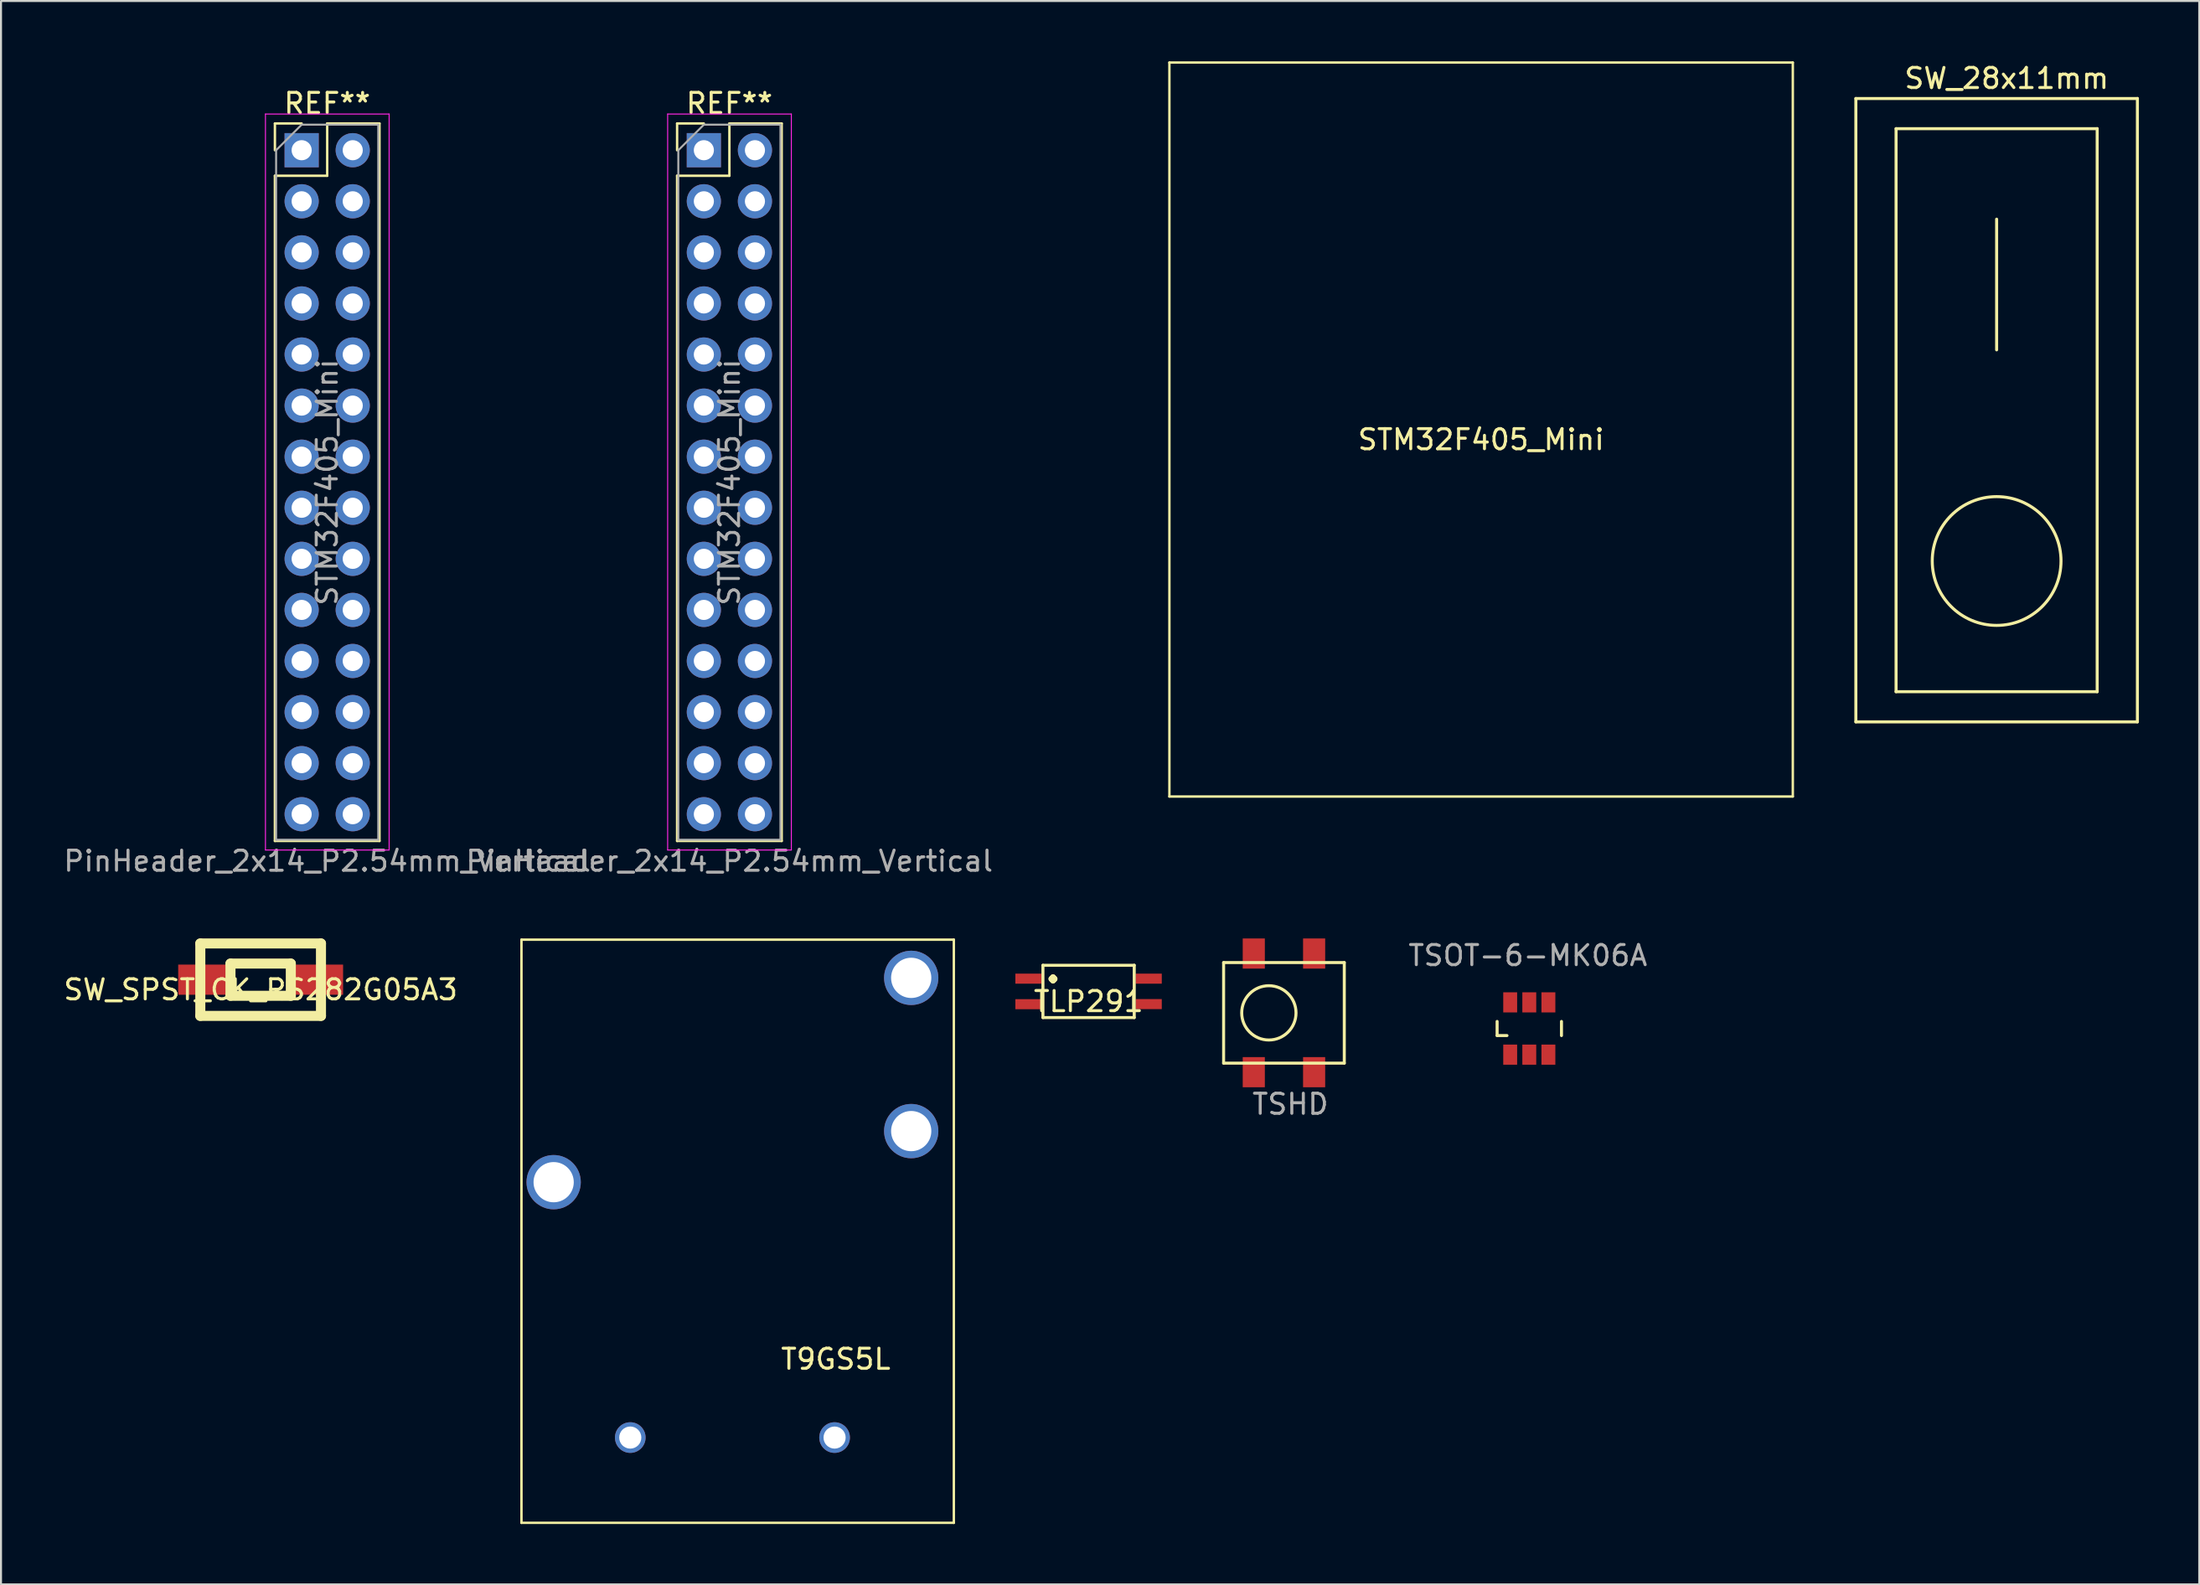
<source format=kicad_pcb>
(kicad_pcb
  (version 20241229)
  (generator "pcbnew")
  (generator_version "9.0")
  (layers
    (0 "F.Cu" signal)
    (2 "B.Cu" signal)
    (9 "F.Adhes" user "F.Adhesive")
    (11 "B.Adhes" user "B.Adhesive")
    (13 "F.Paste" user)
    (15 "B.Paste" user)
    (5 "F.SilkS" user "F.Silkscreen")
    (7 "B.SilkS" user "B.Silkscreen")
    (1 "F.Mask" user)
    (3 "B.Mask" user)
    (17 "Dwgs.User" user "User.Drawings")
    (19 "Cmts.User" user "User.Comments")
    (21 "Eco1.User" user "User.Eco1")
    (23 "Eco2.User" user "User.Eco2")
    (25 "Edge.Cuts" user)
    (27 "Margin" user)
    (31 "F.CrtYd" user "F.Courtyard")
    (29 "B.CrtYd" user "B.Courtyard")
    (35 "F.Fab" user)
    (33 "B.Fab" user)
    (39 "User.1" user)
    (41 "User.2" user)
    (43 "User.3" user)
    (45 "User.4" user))
  (footprint "STM32F405_Mini"
    (layer "F.Cu")
    (at 70.6 18.31)
    (property "Reference" "STM32F405_Mini" (at 0 0.5 0) (layer "F.SilkS") (effects (font (size 1 1) (thickness 0.15))))
    (attr through_hole)
    (fp_line (start -59.98 -15.22) (end -58.65 -15.22) (stroke (width 0.12) (type solid)) (layer "F.SilkS"))
    (fp_line (start -59.98 -13.89) (end -59.98 -15.22) (stroke (width 0.12) (type solid)) (layer "F.SilkS"))
    (fp_line (start -59.98 -12.62) (end -59.98 20.46) (stroke (width 0.12) (type solid)) (layer "F.SilkS"))
    (fp_line (start -59.98 -12.62) (end -57.38 -12.62) (stroke (width 0.12) (type solid)) (layer "F.SilkS"))
    (fp_line (start -59.98 20.46) (end -54.78 20.46) (stroke (width 0.12) (type solid)) (layer "F.SilkS"))
    (fp_line (start -57.38 -15.22) (end -54.78 -15.22) (stroke (width 0.12) (type solid)) (layer "F.SilkS"))
    (fp_line (start -57.38 -12.62) (end -57.38 -15.22) (stroke (width 0.12) (type solid)) (layer "F.SilkS"))
    (fp_line (start -54.78 -15.22) (end -54.78 20.46) (stroke (width 0.12) (type solid)) (layer "F.SilkS"))
    (fp_line (start -39.98 -15.22) (end -38.65 -15.22) (stroke (width 0.12) (type solid)) (layer "F.SilkS"))
    (fp_line (start -39.98 -13.89) (end -39.98 -15.22) (stroke (width 0.12) (type solid)) (layer "F.SilkS"))
    (fp_line (start -39.98 -12.62) (end -39.98 20.46) (stroke (width 0.12) (type solid)) (layer "F.SilkS"))
    (fp_line (start -39.98 -12.62) (end -37.38 -12.62) (stroke (width 0.12) (type solid)) (layer "F.SilkS"))
    (fp_line (start -39.98 20.46) (end -34.78 20.46) (stroke (width 0.12) (type solid)) (layer "F.SilkS"))
    (fp_line (start -37.38 -15.22) (end -34.78 -15.22) (stroke (width 0.12) (type solid)) (layer "F.SilkS"))
    (fp_line (start -37.38 -12.62) (end -37.38 -15.22) (stroke (width 0.12) (type solid)) (layer "F.SilkS"))
    (fp_line (start -34.78 -15.22) (end -34.78 20.46) (stroke (width 0.12) (type solid)) (layer "F.SilkS"))
    (fp_line (start -15.5 18.25) (end -15.5 -18.25) (stroke (width 0.12) (type solid)) (layer "F.SilkS"))
    (fp_line (start -15.5 18.25) (end 15.5 18.25) (stroke (width 0.12) (type solid)) (layer "F.SilkS"))
    (fp_line (start 15.5 -18.25) (end -15.5 -18.25) (stroke (width 0.12) (type solid)) (layer "F.SilkS"))
    (fp_line (start 15.5 -18.25) (end 15.5 18.25) (stroke (width 0.12) (type solid)) (layer "F.SilkS"))
    (fp_line (start -60.45 -15.69) (end -60.45 20.91) (stroke (width 0.05) (type solid)) (layer "F.CrtYd"))
    (fp_line (start -60.45 20.91) (end -54.3 20.91) (stroke (width 0.05) (type solid)) (layer "F.CrtYd"))
    (fp_line (start -54.3 -15.69) (end -60.45 -15.69) (stroke (width 0.05) (type solid)) (layer "F.CrtYd"))
    (fp_line (start -54.3 20.91) (end -54.3 -15.69) (stroke (width 0.05) (type solid)) (layer "F.CrtYd"))
    (fp_line (start -40.45 -15.69) (end -40.45 20.91) (stroke (width 0.05) (type solid)) (layer "F.CrtYd"))
    (fp_line (start -40.45 20.91) (end -34.3 20.91) (stroke (width 0.05) (type solid)) (layer "F.CrtYd"))
    (fp_line (start -34.3 -15.69) (end -40.45 -15.69) (stroke (width 0.05) (type solid)) (layer "F.CrtYd"))
    (fp_line (start -34.3 20.91) (end -34.3 -15.69) (stroke (width 0.05) (type solid)) (layer "F.CrtYd"))
    (fp_line (start -59.92 -13.89) (end -58.65 -15.16) (stroke (width 0.1) (type solid)) (layer "F.Fab"))
    (fp_line (start -59.92 20.4) (end -59.92 -13.89) (stroke (width 0.1) (type solid)) (layer "F.Fab"))
    (fp_line (start -58.65 -15.16) (end -54.84 -15.16) (stroke (width 0.1) (type solid)) (layer "F.Fab"))
    (fp_line (start -54.84 -15.16) (end -54.84 20.4) (stroke (width 0.1) (type solid)) (layer "F.Fab"))
    (fp_line (start -54.84 20.4) (end -59.92 20.4) (stroke (width 0.1) (type solid)) (layer "F.Fab"))
    (fp_line (start -39.92 -13.89) (end -38.65 -15.16) (stroke (width 0.1) (type solid)) (layer "F.Fab"))
    (fp_line (start -39.92 20.4) (end -39.92 -13.89) (stroke (width 0.1) (type solid)) (layer "F.Fab"))
    (fp_line (start -38.65 -15.16) (end -34.84 -15.16) (stroke (width 0.1) (type solid)) (layer "F.Fab"))
    (fp_line (start -34.84 -15.16) (end -34.84 20.4) (stroke (width 0.1) (type solid)) (layer "F.Fab"))
    (fp_line (start -34.84 20.4) (end -39.92 20.4) (stroke (width 0.1) (type solid)) (layer "F.Fab"))
    (fp_text user "REF**" (at -37.38 -16.22 0) (layer "F.SilkS") (effects (font (size 1 1) (thickness 0.15))))
    (fp_text user "REF**" (at -57.38 -16.22 0) (layer "F.SilkS") (effects (font (size 1 1) (thickness 0.15))))
    (fp_text user "${REFERENCE}" (at -37.38 2.62 90) (layer "F.Fab") (effects (font (size 1 1) (thickness 0.15))))
    (fp_text user "PinHeader_2x14_P2.54mm_Vertical" (at -37.38 21.46 0) (layer "F.Fab") (effects (font (size 1 1) (thickness 0.15))))
    (fp_text user "${REFERENCE}" (at -57.38 2.62 90) (layer "F.Fab") (effects (font (size 1 1) (thickness 0.15))))
    (fp_text user "PinHeader_2x14_P2.54mm_Vertical" (at -57.38 21.46 0) (layer "F.Fab") (effects (font (size 1 1) (thickness 0.15))))
    (pad "1" thru_hole rect (at -58.65 -13.89) (size 1.7 1.7) (drill 1) (layers "*.Cu" "*.Mask"))
    (pad "1" thru_hole rect (at -38.65 -13.89) (size 1.7 1.7) (drill 1) (layers "*.Cu" "*.Mask"))
    (pad "2" thru_hole oval (at -56.11 -13.89) (size 1.7 1.7) (drill 1) (layers "*.Cu" "*.Mask"))
    (pad "2" thru_hole oval (at -36.11 -13.89) (size 1.7 1.7) (drill 1) (layers "*.Cu" "*.Mask"))
    (pad "3" thru_hole oval (at -58.65 -11.35) (size 1.7 1.7) (drill 1) (layers "*.Cu" "*.Mask"))
    (pad "3" thru_hole oval (at -38.65 -11.35) (size 1.7 1.7) (drill 1) (layers "*.Cu" "*.Mask"))
    (pad "4" thru_hole oval (at -56.11 -11.35) (size 1.7 1.7) (drill 1) (layers "*.Cu" "*.Mask"))
    (pad "4" thru_hole oval (at -36.11 -11.35) (size 1.7 1.7) (drill 1) (layers "*.Cu" "*.Mask"))
    (pad "5" thru_hole oval (at -58.65 -8.81) (size 1.7 1.7) (drill 1) (layers "*.Cu" "*.Mask"))
    (pad "5" thru_hole oval (at -38.65 -8.81) (size 1.7 1.7) (drill 1) (layers "*.Cu" "*.Mask"))
    (pad "6" thru_hole oval (at -56.11 -8.81) (size 1.7 1.7) (drill 1) (layers "*.Cu" "*.Mask"))
    (pad "6" thru_hole oval (at -36.11 -8.81) (size 1.7 1.7) (drill 1) (layers "*.Cu" "*.Mask"))
    (pad "7" thru_hole oval (at -58.65 -6.27) (size 1.7 1.7) (drill 1) (layers "*.Cu" "*.Mask"))
    (pad "7" thru_hole oval (at -38.65 -6.27) (size 1.7 1.7) (drill 1) (layers "*.Cu" "*.Mask"))
    (pad "8" thru_hole oval (at -56.11 -6.27) (size 1.7 1.7) (drill 1) (layers "*.Cu" "*.Mask"))
    (pad "8" thru_hole oval (at -36.11 -6.27) (size 1.7 1.7) (drill 1) (layers "*.Cu" "*.Mask"))
    (pad "9" thru_hole oval (at -58.65 -3.73) (size 1.7 1.7) (drill 1) (layers "*.Cu" "*.Mask"))
    (pad "9" thru_hole oval (at -38.65 -3.73) (size 1.7 1.7) (drill 1) (layers "*.Cu" "*.Mask"))
    (pad "10" thru_hole oval (at -56.11 -3.73) (size 1.7 1.7) (drill 1) (layers "*.Cu" "*.Mask"))
    (pad "10" thru_hole oval (at -36.11 -3.73) (size 1.7 1.7) (drill 1) (layers "*.Cu" "*.Mask"))
    (pad "11" thru_hole oval (at -58.65 -1.19) (size 1.7 1.7) (drill 1) (layers "*.Cu" "*.Mask"))
    (pad "11" thru_hole oval (at -38.65 -1.19) (size 1.7 1.7) (drill 1) (layers "*.Cu" "*.Mask"))
    (pad "12" thru_hole oval (at -56.11 -1.19) (size 1.7 1.7) (drill 1) (layers "*.Cu" "*.Mask"))
    (pad "12" thru_hole oval (at -36.11 -1.19) (size 1.7 1.7) (drill 1) (layers "*.Cu" "*.Mask"))
    (pad "13" thru_hole oval (at -58.65 1.35) (size 1.7 1.7) (drill 1) (layers "*.Cu" "*.Mask"))
    (pad "13" thru_hole oval (at -38.65 1.35) (size 1.7 1.7) (drill 1) (layers "*.Cu" "*.Mask"))
    (pad "14" thru_hole oval (at -56.11 1.35) (size 1.7 1.7) (drill 1) (layers "*.Cu" "*.Mask"))
    (pad "14" thru_hole oval (at -36.11 1.35) (size 1.7 1.7) (drill 1) (layers "*.Cu" "*.Mask"))
    (pad "15" thru_hole oval (at -58.65 3.89) (size 1.7 1.7) (drill 1) (layers "*.Cu" "*.Mask"))
    (pad "15" thru_hole oval (at -38.65 3.89) (size 1.7 1.7) (drill 1) (layers "*.Cu" "*.Mask"))
    (pad "16" thru_hole oval (at -56.11 3.89) (size 1.7 1.7) (drill 1) (layers "*.Cu" "*.Mask"))
    (pad "16" thru_hole oval (at -36.11 3.89) (size 1.7 1.7) (drill 1) (layers "*.Cu" "*.Mask"))
    (pad "17" thru_hole oval (at -58.65 6.43) (size 1.7 1.7) (drill 1) (layers "*.Cu" "*.Mask"))
    (pad "17" thru_hole oval (at -38.65 6.43) (size 1.7 1.7) (drill 1) (layers "*.Cu" "*.Mask"))
    (pad "18" thru_hole oval (at -56.11 6.43) (size 1.7 1.7) (drill 1) (layers "*.Cu" "*.Mask"))
    (pad "18" thru_hole oval (at -36.11 6.43) (size 1.7 1.7) (drill 1) (layers "*.Cu" "*.Mask"))
    (pad "19" thru_hole oval (at -58.65 8.97) (size 1.7 1.7) (drill 1) (layers "*.Cu" "*.Mask"))
    (pad "19" thru_hole oval (at -38.65 8.97) (size 1.7 1.7) (drill 1) (layers "*.Cu" "*.Mask"))
    (pad "20" thru_hole oval (at -56.11 8.97) (size 1.7 1.7) (drill 1) (layers "*.Cu" "*.Mask"))
    (pad "20" thru_hole oval (at -36.11 8.97) (size 1.7 1.7) (drill 1) (layers "*.Cu" "*.Mask"))
    (pad "21" thru_hole oval (at -58.65 11.51) (size 1.7 1.7) (drill 1) (layers "*.Cu" "*.Mask"))
    (pad "21" thru_hole oval (at -38.65 11.51) (size 1.7 1.7) (drill 1) (layers "*.Cu" "*.Mask"))
    (pad "22" thru_hole oval (at -56.11 11.51) (size 1.7 1.7) (drill 1) (layers "*.Cu" "*.Mask"))
    (pad "22" thru_hole oval (at -36.11 11.51) (size 1.7 1.7) (drill 1) (layers "*.Cu" "*.Mask"))
    (pad "23" thru_hole oval (at -58.65 14.05) (size 1.7 1.7) (drill 1) (layers "*.Cu" "*.Mask"))
    (pad "23" thru_hole oval (at -38.65 14.05) (size 1.7 1.7) (drill 1) (layers "*.Cu" "*.Mask"))
    (pad "24" thru_hole oval (at -56.11 14.05) (size 1.7 1.7) (drill 1) (layers "*.Cu" "*.Mask"))
    (pad "24" thru_hole oval (at -36.11 14.05) (size 1.7 1.7) (drill 1) (layers "*.Cu" "*.Mask"))
    (pad "25" thru_hole oval (at -58.65 16.59) (size 1.7 1.7) (drill 1) (layers "*.Cu" "*.Mask"))
    (pad "25" thru_hole oval (at -38.65 16.59) (size 1.7 1.7) (drill 1) (layers "*.Cu" "*.Mask"))
    (pad "26" thru_hole oval (at -56.11 16.59) (size 1.7 1.7) (drill 1) (layers "*.Cu" "*.Mask"))
    (pad "26" thru_hole oval (at -36.11 16.59) (size 1.7 1.7) (drill 1) (layers "*.Cu" "*.Mask"))
    (pad "27" thru_hole oval (at -58.65 19.13) (size 1.7 1.7) (drill 1) (layers "*.Cu" "*.Mask"))
    (pad "27" thru_hole oval (at -38.65 19.13) (size 1.7 1.7) (drill 1) (layers "*.Cu" "*.Mask"))
    (pad "28" thru_hole oval (at -56.11 19.13) (size 1.7 1.7) (drill 1) (layers "*.Cu" "*.Mask"))
    (pad "28" thru_hole oval (at -36.11 19.13) (size 1.7 1.7) (drill 1) (layers "*.Cu" "*.Mask")))
  (footprint "TLP291"
    (layer "F.Cu")
    (at 51.081 46.252)
    (property "Reference" "TLP291" (at 0 0.5 0) (layer "F.SilkS") (effects (font (size 1 1) (thickness 0.15))))
    (attr through_hole)
    (fp_line (start -2.27 -1.3) (end 2.27 -1.3) (stroke (width 0.15) (type solid)) (layer "F.SilkS"))
    (fp_line (start -2.27 1.3) (end -2.27 -1.3) (stroke (width 0.15) (type solid)) (layer "F.SilkS"))
    (fp_line (start 2.27 -1.3) (end 2.27 1.3) (stroke (width 0.15) (type solid)) (layer "F.SilkS"))
    (fp_line (start 2.27 1.3) (end -2.27 1.3) (stroke (width 0.15) (type solid)) (layer "F.SilkS"))
    (fp_text user "." (at -1.77 -1.23 0) (layer "F.SilkS") (effects (font (size 1.5 1.5) (thickness 0.3))))
    (pad "1" smd rect (at -2.99 -0.635) (size 1.3 0.5) (layers "F.Cu" "F.Mask" "F.Paste"))
    (pad "2" smd rect (at -2.99 0.635) (size 1.3 0.5) (layers "F.Cu" "F.Mask" "F.Paste"))
    (pad "3" smd rect (at 2.99 0.63) (size 1.3 0.5) (layers "F.Cu" "F.Mask" "F.Paste"))
    (pad "4" smd rect (at 2.99 -0.635) (size 1.3 0.5) (layers "F.Cu" "F.Mask" "F.Paste")))
  (footprint "SW_SPST_CK_RS282G05A3"
    (layer "F.Cu")
    (at 9.911 45.668)
    (property "Reference" "SW_SPST_CK_RS282G05A3" (at 0 0.5 0) (layer "F.SilkS") (effects (font (size 1 1) (thickness 0.15))))
    (attr through_hole)
    (fp_line (start -3 -1.8) (end -3 1.8) (stroke (width 0.5) (type solid)) (layer "F.SilkS"))
    (fp_line (start -3 1.8) (end 3 1.8) (stroke (width 0.5) (type solid)) (layer "F.SilkS"))
    (fp_line (start -1.5 -0.8) (end -1.5 0.8) (stroke (width 0.5) (type solid)) (layer "F.SilkS"))
    (fp_line (start -1.5 0.8) (end 1.5 0.8) (stroke (width 0.5) (type solid)) (layer "F.SilkS"))
    (fp_line (start 1.5 -0.8) (end -1.5 -0.8) (stroke (width 0.5) (type solid)) (layer "F.SilkS"))
    (fp_line (start 1.5 0.8) (end 1.5 -0.8) (stroke (width 0.5) (type solid)) (layer "F.SilkS"))
    (fp_line (start 3 -1.8) (end -3 -1.8) (stroke (width 0.5) (type solid)) (layer "F.SilkS"))
    (fp_line (start 3 1.8) (end 3 -1.8) (stroke (width 0.5) (type solid)) (layer "F.SilkS"))
    (pad "1" smd rect (at 2.8 0) (size 2.6 1.5) (layers "F.Cu" "F.Mask" "F.Paste"))
    (pad "2" smd rect (at -2.8 0) (size 2.6 1.5) (layers "F.Cu" "F.Mask" "F.Paste")))
  (footprint "TSOT-6-MK06A"
    (layer "F.Cu")
    (at 72.996 48.096)
    (property "Reference" "TSOT-6-MK06A" (at -0.071 -3.63 0) (layer "F.Fab") (effects (font (size 1 1) (thickness 0.15))))
    (attr smd)
    (fp_line (start -1.6 -0.351) (end -1.6 0.351) (stroke (width 0.15) (type solid)) (layer "F.SilkS"))
    (fp_line (start -1.6 0.351) (end -1.11 0.351) (stroke (width 0.15) (type solid)) (layer "F.SilkS"))
    (fp_line (start 1.6 -0.351) (end 1.6 0.351) (stroke (width 0.15) (type solid)) (layer "F.SilkS"))
    (pad "1" smd rect (at -0.95 1.3) (size 0.691 1.001) (layers "F.Cu" "F.Mask" "F.Paste"))
    (pad "2" smd rect (at 0 1.3) (size 0.691 1.001) (layers "F.Cu" "F.Mask" "F.Paste"))
    (pad "3" smd rect (at 0.95 1.3) (size 0.691 1.001) (layers "F.Cu" "F.Mask" "F.Paste"))
    (pad "4" smd rect (at 0.95 -1.3) (size 0.691 1.001) (layers "F.Cu" "F.Mask" "F.Paste"))
    (pad "5" smd rect (at 0 -1.3) (size 0.691 1.001) (layers "F.Cu" "F.Mask" "F.Paste"))
    (pad "6" smd rect (at -0.95 -1.3) (size 0.691 1.001) (layers "F.Cu" "F.Mask" "F.Paste")))
  (footprint "TSHD"
    (layer "F.Cu")
    (at 60.896 47.228)
    (property "Reference" "TSHD" (at 0.22 4.63 0) (layer "F.Fab") (effects (font (size 1 1) (thickness 0.15))))
    (attr through_hole)
    (fp_line (start -3.1 -2.41) (end 2.9 -2.41) (stroke (width 0.15) (type solid)) (layer "F.SilkS"))
    (fp_line (start -3.1 2.59) (end -3.1 -2.41) (stroke (width 0.15) (type solid)) (layer "F.SilkS"))
    (fp_line (start 2.9 -2.41) (end 2.9 2.59) (stroke (width 0.15) (type solid)) (layer "F.SilkS"))
    (fp_line (start 2.9 2.59) (end -3.1 2.59) (stroke (width 0.15) (type solid)) (layer "F.SilkS"))
    (fp_circle (center -0.85 0.09) (end -0.85 -1.26) (stroke (width 0.15) (type solid)) (fill no) (layer "F.SilkS"))
    (pad "1" smd rect (at -1.6 3.04) (size 1.1 1.5) (layers "F.Cu" "F.Mask" "F.Paste"))
    (pad "2" smd rect (at -1.6 -2.86) (size 1.1 1.5) (layers "F.Cu" "F.Mask" "F.Paste"))
    (pad "3" smd rect (at 1.4 3.04) (size 1.1 1.5) (layers "F.Cu" "F.Mask" "F.Paste"))
    (pad "4" smd rect (at 1.4 -2.86) (size 1.1 1.5) (layers "F.Cu" "F.Mask" "F.Paste")))
  (footprint "SW_28x11mm"
    (layer "F.Cu")
    (at 96.235 17.348)
    (property "Reference" "SW_28x11mm" (at 0.5 -16.5 0) (layer "F.SilkS") (effects (font (size 1 1) (thickness 0.15))))
    (attr through_hole)
    (fp_line (start -7 -15.5) (end 7 -15.5) (stroke (width 0.15) (type solid)) (layer "F.SilkS"))
    (fp_line (start -7 15.5) (end -7 -15.5) (stroke (width 0.15) (type solid)) (layer "F.SilkS"))
    (fp_line (start -5 -14) (end 5 -14) (stroke (width 0.15) (type solid)) (layer "F.SilkS"))
    (fp_line (start -5 14) (end -5 -14) (stroke (width 0.15) (type solid)) (layer "F.SilkS"))
    (fp_line (start 0 -9.5) (end 0 -3) (stroke (width 0.15) (type solid)) (layer "F.SilkS"))
    (fp_line (start 5 -14) (end 5 14) (stroke (width 0.15) (type solid)) (layer "F.SilkS"))
    (fp_line (start 5 14) (end -5 14) (stroke (width 0.15) (type solid)) (layer "F.SilkS"))
    (fp_line (start 7 -15.5) (end 7 15.5) (stroke (width 0.15) (type solid)) (layer "F.SilkS"))
    (fp_line (start 7 15.5) (end -7 15.5) (stroke (width 0.15) (type solid)) (layer "F.SilkS"))
    (fp_circle (center 0 7.5) (end 2.5 9.5) (stroke (width 0.15) (type solid)) (fill no) (layer "F.SilkS")))
  (footprint "T9GS5L"
    (layer "F.Cu")
    (at 42.261 68.438)
    (property "Reference" "T9GS5L" (at -3.75 -3.9 0) (layer "F.SilkS") (effects (font (size 1 1) (thickness 0.15))))
    (attr through_hole)
    (fp_line (start -19.38 -24.76) (end 2.12 -24.76) (stroke (width 0.12) (type solid)) (layer "F.SilkS"))
    (fp_line (start -19.38 4.24) (end -19.38 -24.76) (stroke (width 0.12) (type solid)) (layer "F.SilkS"))
    (fp_line (start 2.12 -24.76) (end 2.12 4.24) (stroke (width 0.12) (type solid)) (layer "F.SilkS"))
    (fp_line (start 2.12 4.24) (end -19.38 4.24) (stroke (width 0.12) (type solid)) (layer "F.SilkS"))
    (pad "1" thru_hole circle (at -17.78 -12.7) (size 2.7 2.7) (drill 2) (layers "*.Cu" "*.Mask"))
    (pad "2" thru_hole circle (at -13.97 0) (size 1.524 1.524) (drill 1.1) (layers "*.Cu" "*.Mask"))
    (pad "3" thru_hole circle (at -3.81 0) (size 1.524 1.524) (drill 1.1) (layers "*.Cu" "*.Mask"))
    (pad "4" thru_hole circle (at 0 -22.86) (size 2.7 2.7) (drill 2) (layers "*.Cu" "*.Mask"))
    (pad "5" thru_hole circle (at 0 -15.24) (size 2.7 2.7) (drill 2) (layers "*.Cu" "*.Mask")))
  (gr_rect
    (start -3 -3)
    (end 106.31 75.738)
    (stroke (width 0.1) (type default))
    (fill no)
    (layer "Edge.Cuts")))
</source>
